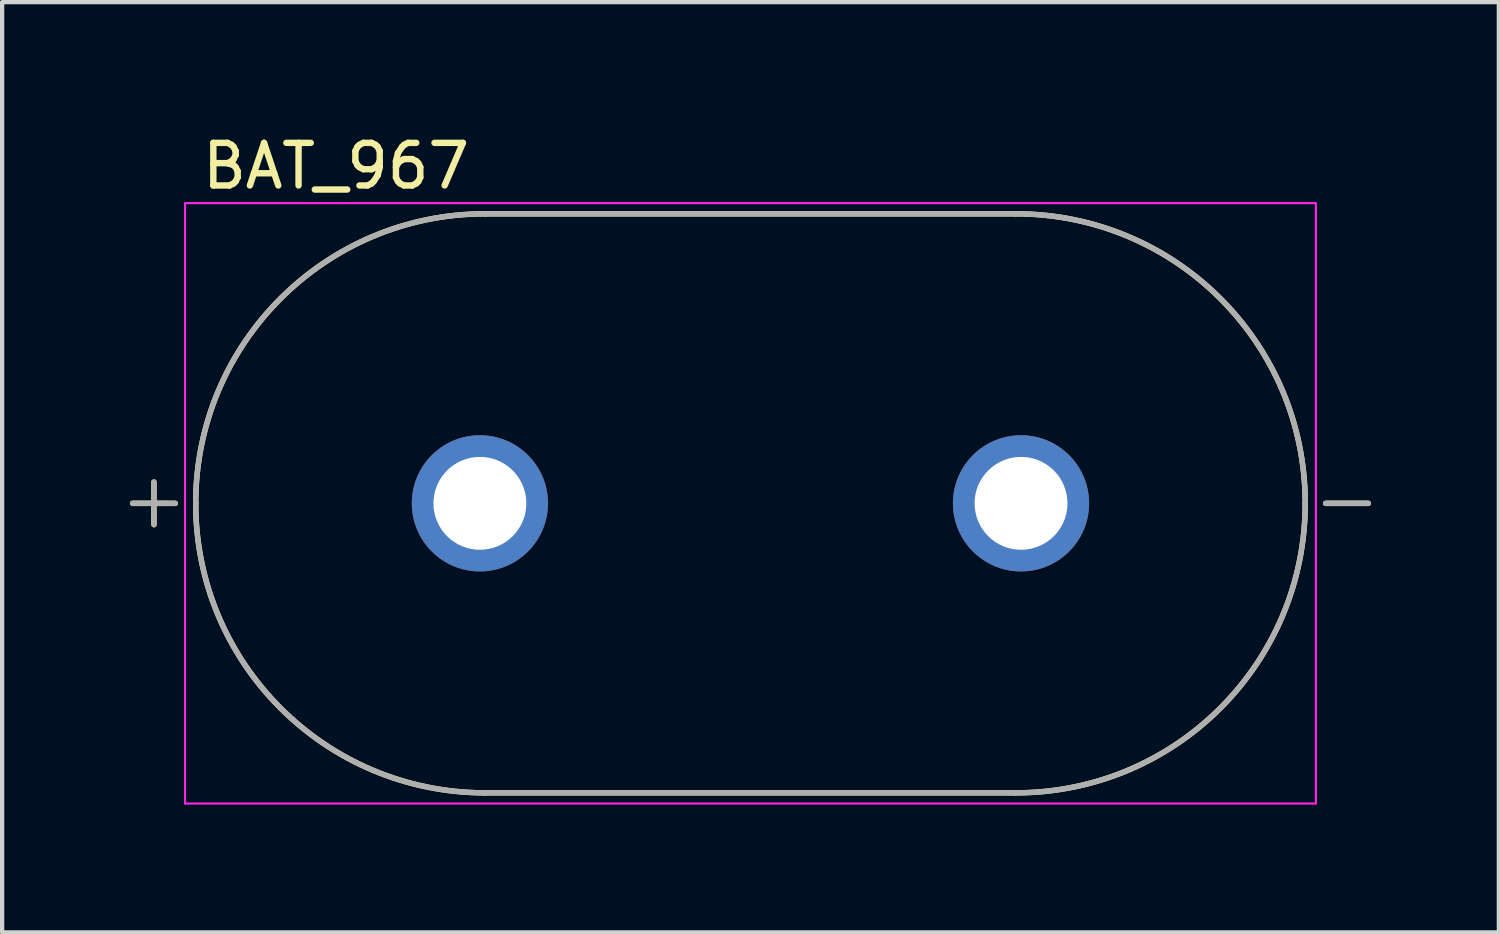
<source format=kicad_pcb>
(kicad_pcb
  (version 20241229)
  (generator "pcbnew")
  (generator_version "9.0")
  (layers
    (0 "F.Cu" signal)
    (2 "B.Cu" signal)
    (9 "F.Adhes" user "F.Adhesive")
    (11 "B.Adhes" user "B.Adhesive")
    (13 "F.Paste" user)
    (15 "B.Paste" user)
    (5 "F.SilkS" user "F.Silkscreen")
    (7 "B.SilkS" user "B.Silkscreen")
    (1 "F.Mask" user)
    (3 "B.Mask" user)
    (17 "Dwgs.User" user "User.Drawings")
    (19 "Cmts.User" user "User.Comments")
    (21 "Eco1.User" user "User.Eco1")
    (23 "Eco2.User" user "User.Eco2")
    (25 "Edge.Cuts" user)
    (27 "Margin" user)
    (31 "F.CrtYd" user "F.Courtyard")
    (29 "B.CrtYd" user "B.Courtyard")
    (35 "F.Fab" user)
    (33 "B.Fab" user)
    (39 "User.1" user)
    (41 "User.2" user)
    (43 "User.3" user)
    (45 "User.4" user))
  (footprint "BAT_967"
    (layer "F.Cu")
    (at 14.563 8.763)
    (property "Reference" "BAT_967" (at -9.725 -7.915 0) (layer "F.SilkS") (effects (font (size 1 1) (thickness 0.15))))
    (attr through_hole)
    (fp_line (start -14.5 0) (end -13.5 0) (stroke (width 0.127) (type solid)) (layer "F.SilkS"))
    (fp_line (start -14 -0.5) (end -14 0.5) (stroke (width 0.127) (type solid)) (layer "F.SilkS"))
    (fp_line (start -6.225 -6.795) (end 6.225 -6.795) (stroke (width 0.127) (type solid)) (layer "F.SilkS"))
    (fp_line (start 6.225 6.795) (end -6.225 6.795) (stroke (width 0.127) (type solid)) (layer "F.SilkS"))
    (fp_line (start 13.5 0) (end 14.5 0) (stroke (width 0.127) (type solid)) (layer "F.SilkS"))
    (fp_arc (start -13.02 0) (mid -11.029791 -4.804791) (end -6.225 -6.795) (stroke (width 0.127) (type solid)) (layer "F.SilkS"))
    (fp_arc (start -6.225 6.795) (mid -11.029791 4.804791) (end -13.02 0) (stroke (width 0.127) (type solid)) (layer "F.SilkS"))
    (fp_arc (start 6.225 -6.795) (mid 11.029791 -4.804791) (end 13.02 0) (stroke (width 0.127) (type solid)) (layer "F.SilkS"))
    (fp_arc (start 13.02 0) (mid 11.029791 4.804791) (end 6.225 6.795) (stroke (width 0.127) (type solid)) (layer "F.SilkS"))
    (fp_line (start -13.27 -7.045) (end 13.27 -7.045) (stroke (width 0.05) (type solid)) (layer "F.CrtYd"))
    (fp_line (start -13.27 7.045) (end -13.27 -7.045) (stroke (width 0.05) (type solid)) (layer "F.CrtYd"))
    (fp_line (start 13.27 -7.045) (end 13.27 7.045) (stroke (width 0.05) (type solid)) (layer "F.CrtYd"))
    (fp_line (start 13.27 7.045) (end -13.27 7.045) (stroke (width 0.05) (type solid)) (layer "F.CrtYd"))
    (fp_line (start -14 -0.5) (end -14 0.5) (stroke (width 0.127) (type solid)) (layer "F.Fab"))
    (fp_line (start -13.5 0) (end -14.5 0) (stroke (width 0.127) (type solid)) (layer "F.Fab"))
    (fp_line (start -6.225 -6.795) (end 6.225 -6.795) (stroke (width 0.127) (type solid)) (layer "F.Fab"))
    (fp_line (start 6.225 6.795) (end -6.225 6.795) (stroke (width 0.127) (type solid)) (layer "F.Fab"))
    (fp_line (start 13.5 0) (end 14.5 0) (stroke (width 0.127) (type solid)) (layer "F.Fab"))
    (fp_arc (start -13.02 0) (mid -11.029791 -4.804791) (end -6.225 -6.795) (stroke (width 0.127) (type solid)) (layer "F.Fab"))
    (fp_arc (start -6.225 6.795) (mid -11.029791 4.804791) (end -13.02 0) (stroke (width 0.127) (type solid)) (layer "F.Fab"))
    (fp_arc (start 6.225 -6.795) (mid 11.029791 -4.804791) (end 13.02 0) (stroke (width 0.127) (type solid)) (layer "F.Fab"))
    (fp_arc (start 13.02 0) (mid 11.029791 4.804791) (end 6.225 6.795) (stroke (width 0.127) (type solid)) (layer "F.Fab"))
    (pad "N" thru_hole circle (at 6.35 0) (size 3.196 3.196) (drill 2.18) (layers "*.Cu" "*.Mask"))
    (pad "P" thru_hole circle (at -6.35 0) (size 3.196 3.196) (drill 2.18) (layers "*.Cu" "*.Mask")))
  (gr_rect
    (start -3 -3)
    (end 32.127 18.833)
    (stroke (width 0.1) (type default))
    (fill no)
    (layer "Edge.Cuts")))
</source>
